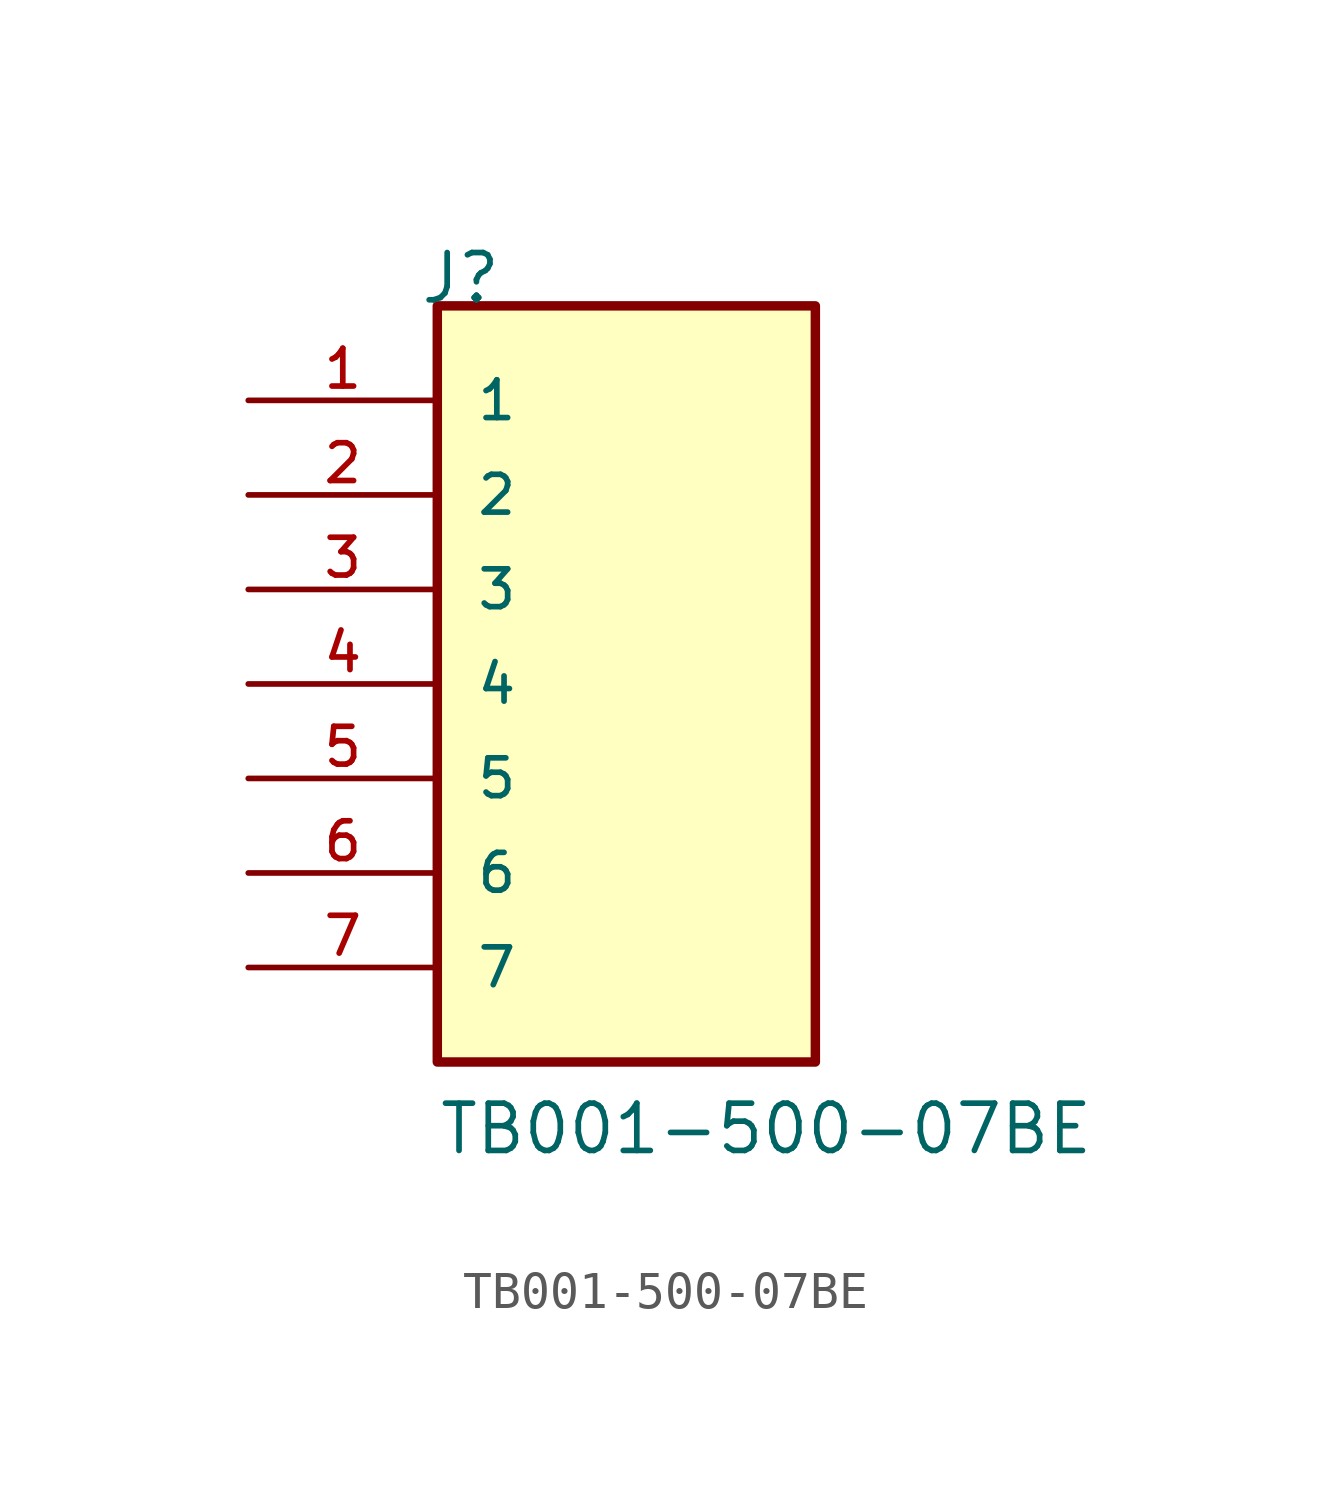
<source format=kicad_sym>
(kicad_symbol_lib
  (version 20211014)
  (generator kicad_symbol_editor)
  (symbol "TB001-500-07BE"
    (pin_names
      (offset 1.016))
    (property "Reference" "J"
      (at -5.58 10.16 0)
      (effects (font (size 1.27 1.27)) (justify bottom left)))
    (property "Value" "TB001-500-07BE"
      (at -5.08 -12.7 0)
      (effects (font (size 1.27 1.27)) (justify bottom left)))
    (symbol "TB001-500-07BE_0_0"
      (rectangle (start -5.08 -10.16) (end 5.08 10.16) (stroke (width 0.254)) (fill (type background)))
      (pin passive line (at -10.16 7.62 0) (length 5.08) (name "1" (effects (font (size 1.016 1.016)))) (number "1" (effects (font (size 1.016 1.016)))))
      (pin passive line (at -10.16 5.08 0) (length 5.08) (name "2" (effects (font (size 1.016 1.016)))) (number "2" (effects (font (size 1.016 1.016)))))
      (pin passive line (at -10.16 2.54 0) (length 5.08) (name "3" (effects (font (size 1.016 1.016)))) (number "3" (effects (font (size 1.016 1.016)))))
      (pin passive line (at -10.16 0.0 0) (length 5.08) (name "4" (effects (font (size 1.016 1.016)))) (number "4" (effects (font (size 1.016 1.016)))))
      (pin passive line (at -10.16 -2.54 0) (length 5.08) (name "5" (effects (font (size 1.016 1.016)))) (number "5" (effects (font (size 1.016 1.016)))))
      (pin passive line (at -10.16 -5.08 0) (length 5.08) (name "6" (effects (font (size 1.016 1.016)))) (number "6" (effects (font (size 1.016 1.016)))))
      (pin passive line (at -10.16 -7.62 0) (length 5.08) (name "7" (effects (font (size 1.016 1.016)))) (number "7" (effects (font (size 1.016 1.016))))))))
</source>
